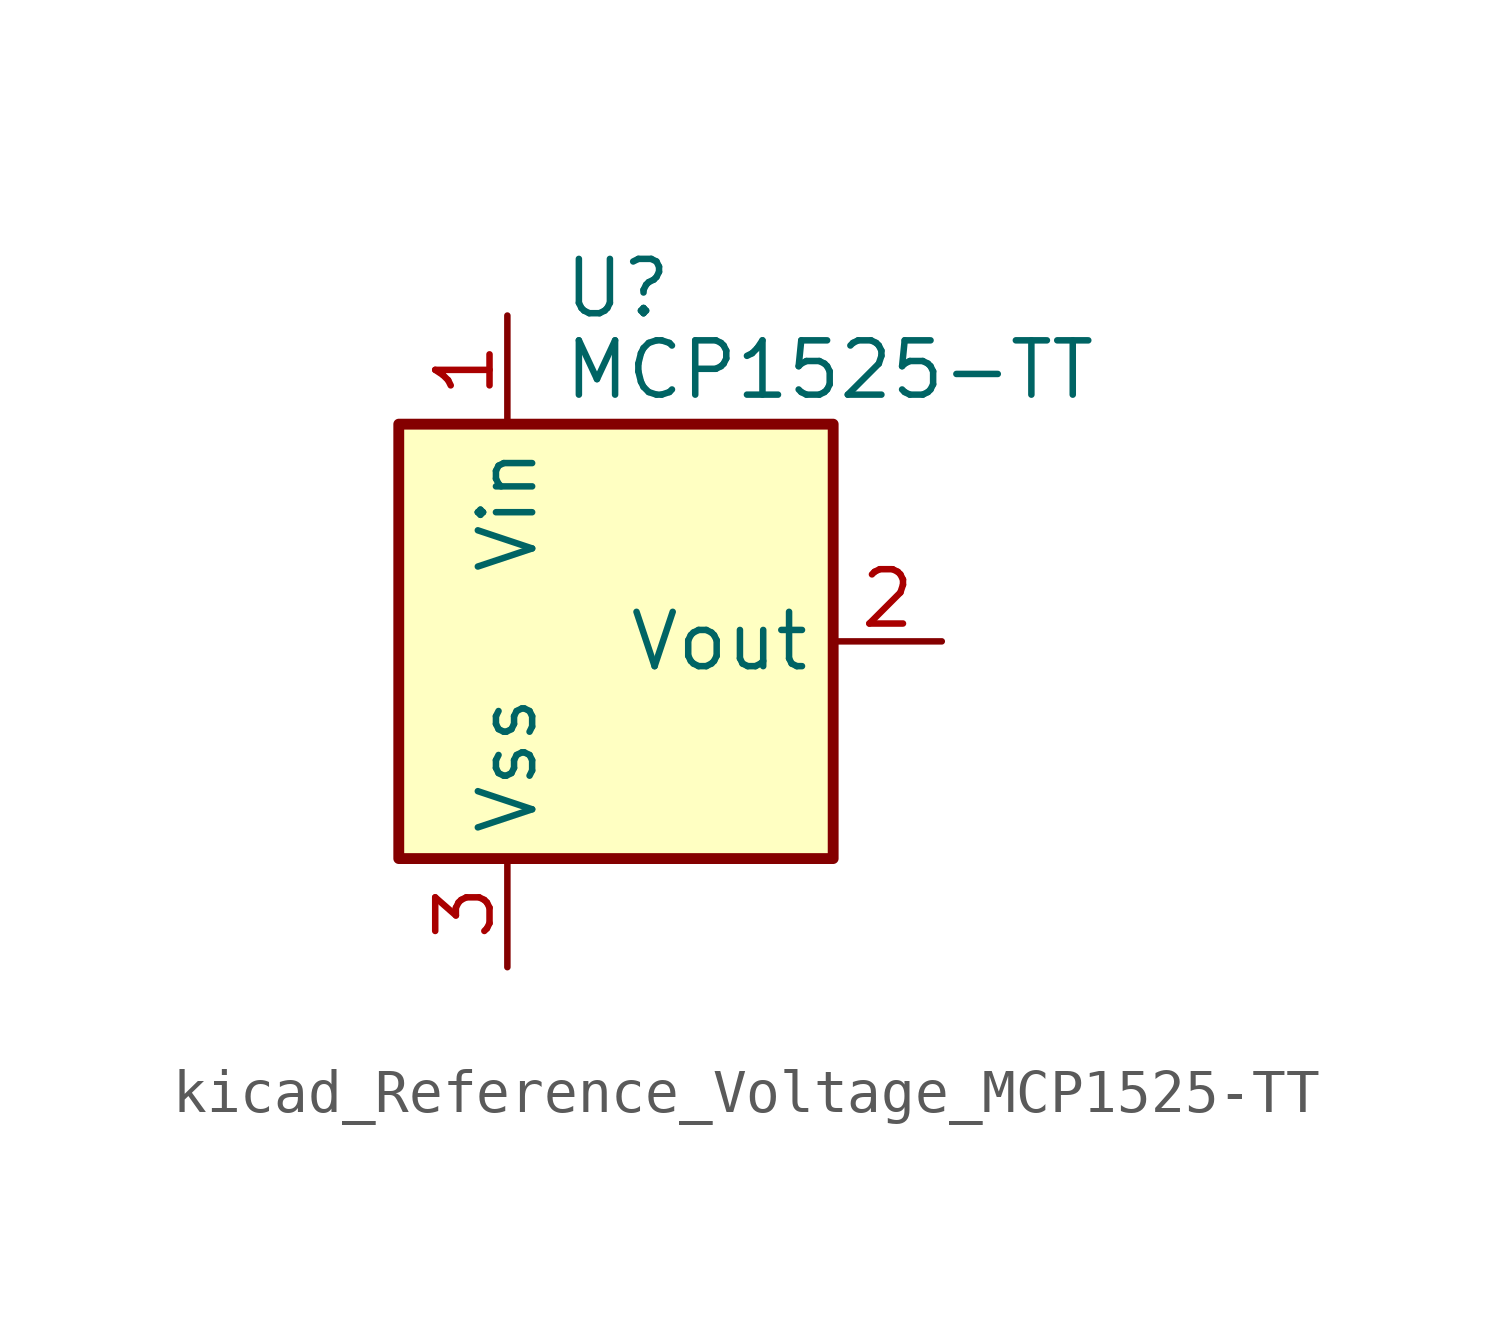
<source format=kicad_sym>
(kicad_symbol_lib
  (version 20220914)
  (generator kicad_symbol_editor)
  (symbol "kicad_Reference_Voltage_MCP1525-TT"
    (property "Reference" "U"
      (at 1.27 8.255 0)
      (effects (font (size 1.27 1.27)) (justify left)))
    (property "Value" "MCP1525-TT"
      (at 1.27 6.35 0)
      (effects (font (size 1.27 1.27)) (justify left)))
    (symbol "kicad_Reference_Voltage_MCP1525-TT_0_1"
      (rectangle (start -2.54 5.08) (end 7.62 -5.08) (stroke (width 0.254) (type default)) (fill (type background))))
    (symbol "kicad_Reference_Voltage_MCP1525-TT_1_1"
      (pin power_in line (at 0 7.62 270) (length 2.54) (name "Vin" (effects (font (size 1.27 1.27)))) (number "1" (effects (font (size 1.27 1.27)))))
      (pin power_out line (at 10.16 0 180) (length 2.54) (name "Vout" (effects (font (size 1.27 1.27)))) (number "2" (effects (font (size 1.27 1.27)))))
      (pin power_in line (at 0 -7.62 90) (length 2.54) (name "Vss" (effects (font (size 1.27 1.27)))) (number "3" (effects (font (size 1.27 1.27))))))))
</source>
